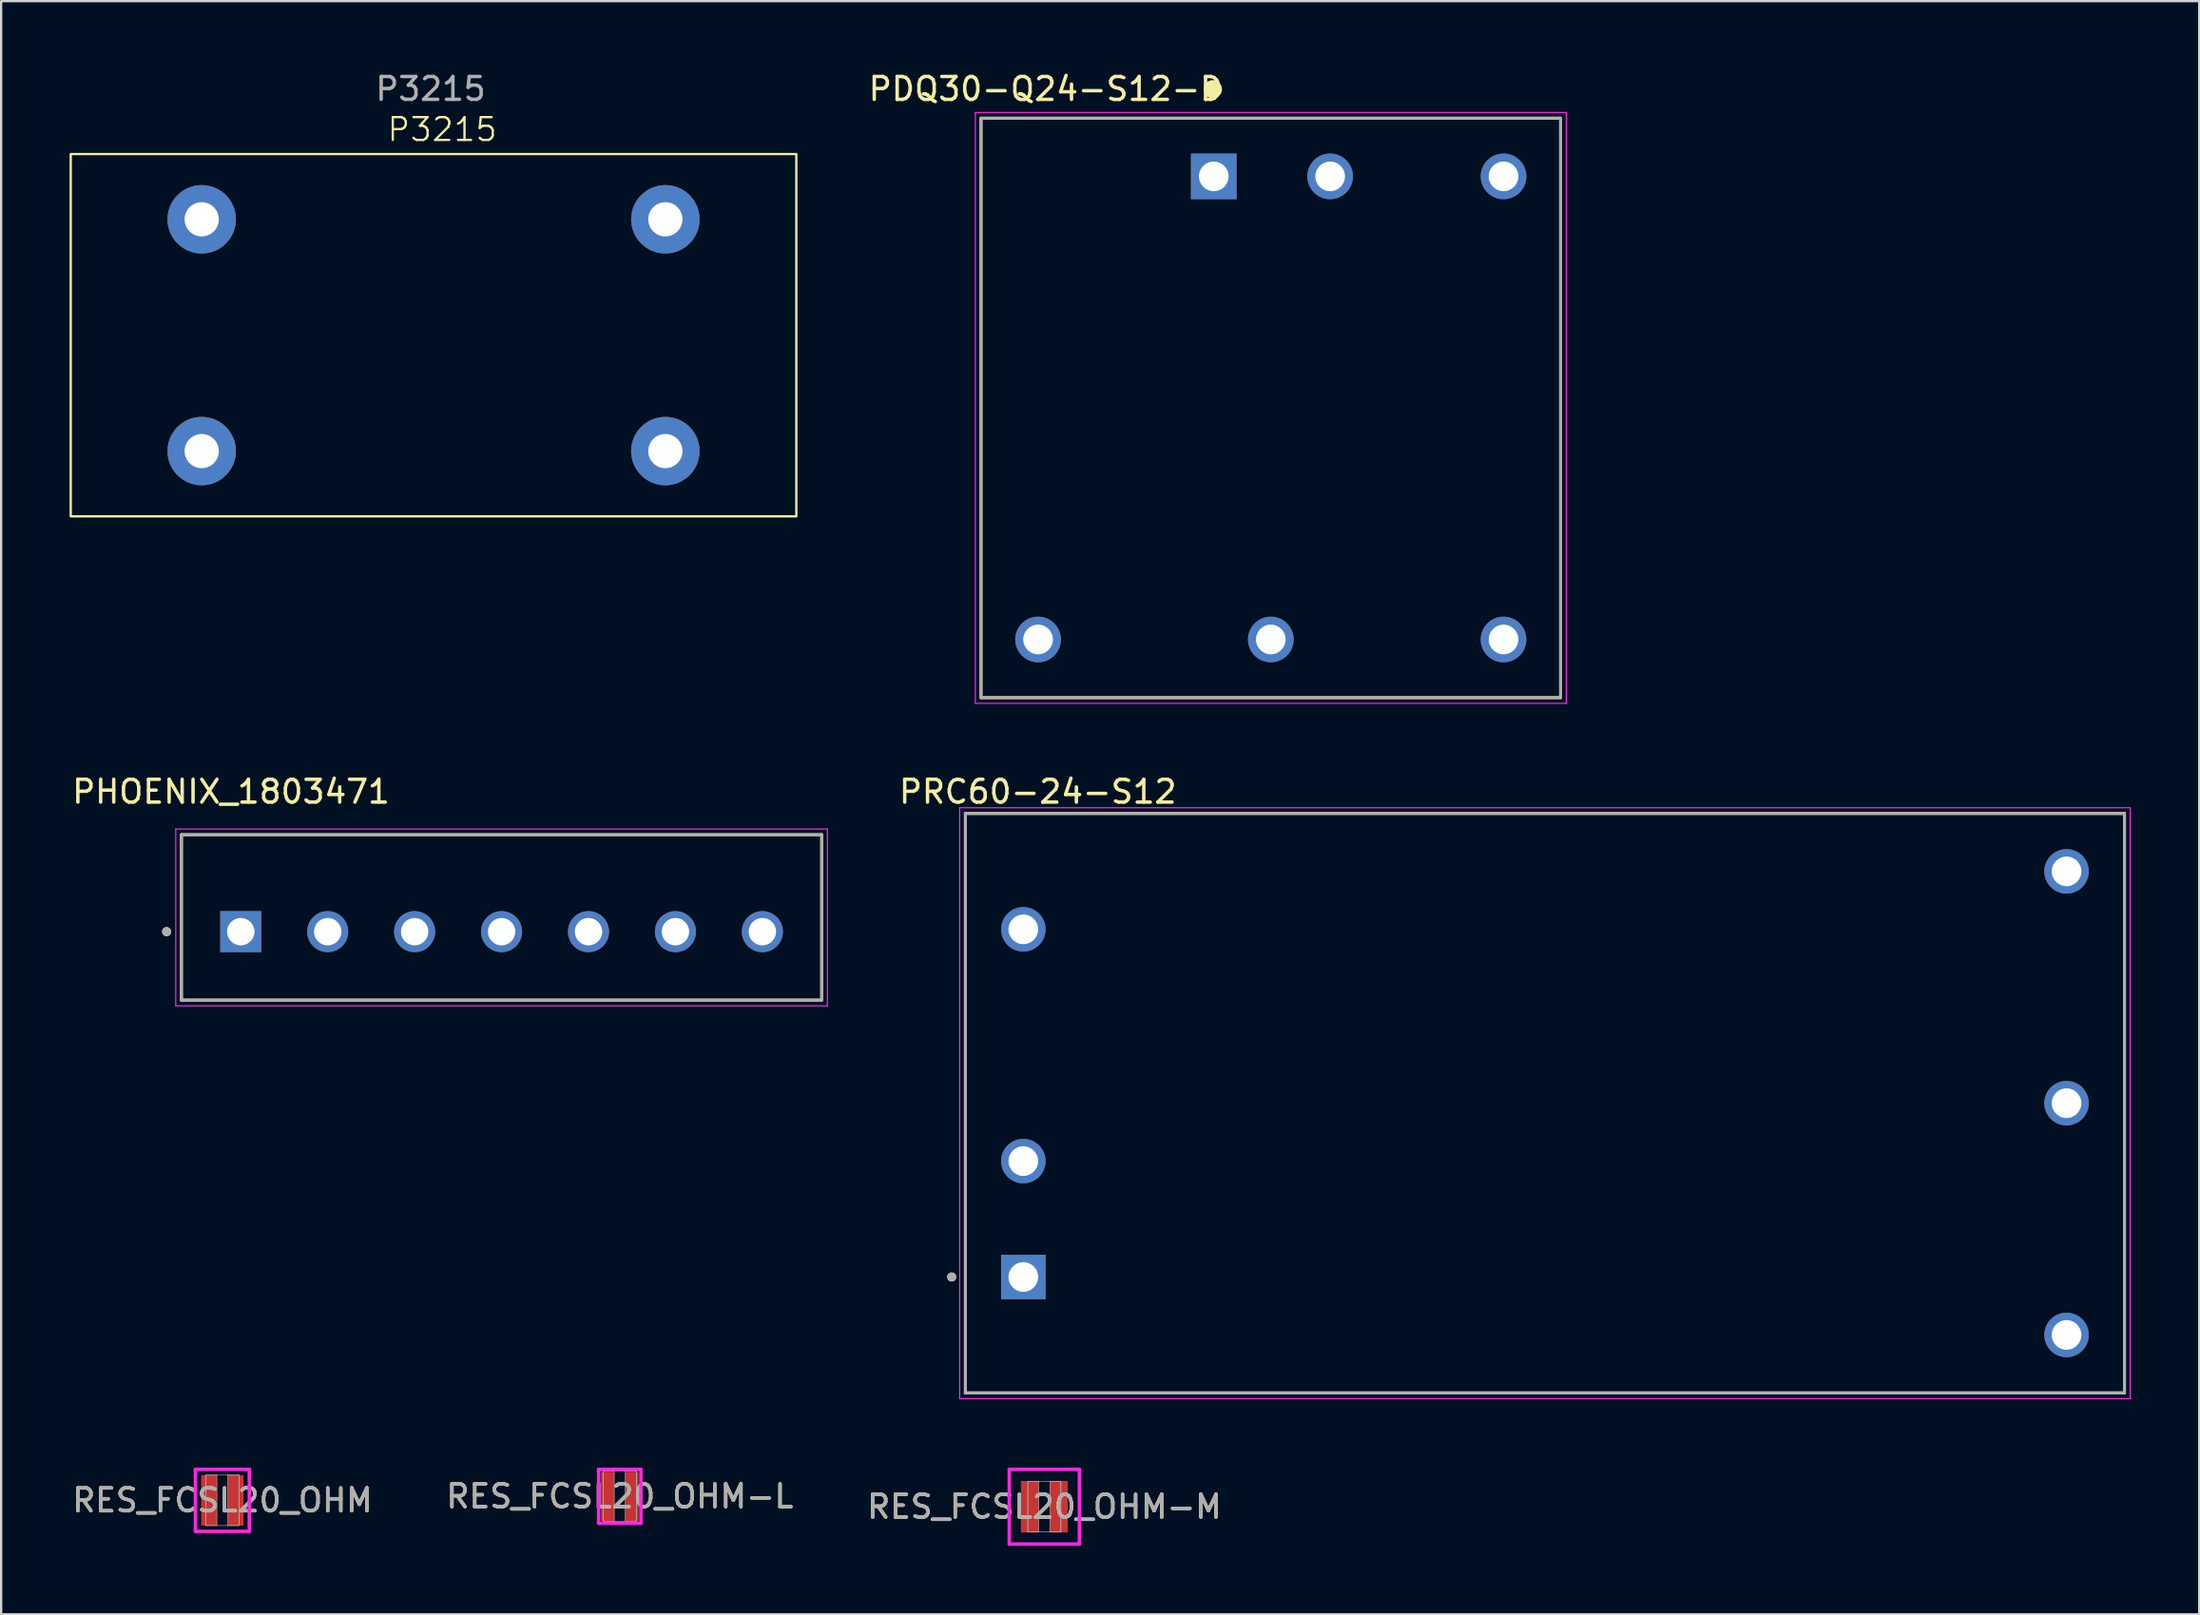
<source format=kicad_pcb>
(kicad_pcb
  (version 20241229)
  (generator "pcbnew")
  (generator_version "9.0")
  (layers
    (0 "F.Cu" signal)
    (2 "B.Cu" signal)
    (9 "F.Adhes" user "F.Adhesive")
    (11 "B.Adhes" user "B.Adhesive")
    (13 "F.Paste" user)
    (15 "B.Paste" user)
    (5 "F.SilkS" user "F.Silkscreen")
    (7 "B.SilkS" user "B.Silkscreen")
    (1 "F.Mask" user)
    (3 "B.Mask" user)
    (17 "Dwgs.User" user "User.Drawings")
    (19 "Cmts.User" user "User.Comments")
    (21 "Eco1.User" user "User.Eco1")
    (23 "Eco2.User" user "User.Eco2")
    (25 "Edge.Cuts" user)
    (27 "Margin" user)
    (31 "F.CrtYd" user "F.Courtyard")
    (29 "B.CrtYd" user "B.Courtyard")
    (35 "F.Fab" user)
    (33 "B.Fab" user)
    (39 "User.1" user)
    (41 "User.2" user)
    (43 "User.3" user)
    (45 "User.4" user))
  (footprint "PDQ30-Q24-S12-D"
    (layer "F.Cu")
    (at 52.645 14.831)
    (property "Reference" "PDQ30-Q24-S12-D" (at -9.857 -13.981 0) (layer "F.SilkS") (effects (font (size 1.003 1.003) (thickness 0.15))))
    (attr through_hole)
    (fp_line (start -12.7 -12.7) (end 12.7 -12.7) (stroke (width 0.127) (type solid)) (layer "F.SilkS"))
    (fp_line (start -12.7 12.7) (end -12.7 -12.7) (stroke (width 0.127) (type solid)) (layer "F.SilkS"))
    (fp_line (start 12.7 -12.7) (end 12.7 12.7) (stroke (width 0.127) (type solid)) (layer "F.SilkS"))
    (fp_line (start 12.7 12.7) (end -12.7 12.7) (stroke (width 0.127) (type solid)) (layer "F.SilkS"))
    (fp_circle (center -2.54 -13.97) (end -2.34 -13.97) (stroke (width 0.4) (type solid)) (fill no) (layer "F.SilkS"))
    (fp_line (start -12.95 -12.95) (end 12.95 -12.95) (stroke (width 0.05) (type solid)) (layer "F.CrtYd"))
    (fp_line (start -12.95 12.95) (end -12.95 -12.95) (stroke (width 0.05) (type solid)) (layer "F.CrtYd"))
    (fp_line (start 12.95 -12.95) (end 12.95 12.95) (stroke (width 0.05) (type solid)) (layer "F.CrtYd"))
    (fp_line (start 12.95 12.95) (end -12.95 12.95) (stroke (width 0.05) (type solid)) (layer "F.CrtYd"))
    (fp_line (start -12.7 -12.7) (end 12.7 -12.7) (stroke (width 0.127) (type solid)) (layer "F.Fab"))
    (fp_line (start -12.7 12.7) (end -12.7 -12.7) (stroke (width 0.127) (type solid)) (layer "F.Fab"))
    (fp_line (start 12.7 -12.7) (end 12.7 12.7) (stroke (width 0.127) (type solid)) (layer "F.Fab"))
    (fp_line (start 12.7 12.7) (end -12.7 12.7) (stroke (width 0.127) (type solid)) (layer "F.Fab"))
    (fp_circle (center -2.54 -10.16) (end -2.34 -10.16) (stroke (width 0.4) (type solid)) (fill no) (layer "F.Fab"))
    (pad "1" thru_hole rect (at -2.5 -10.15) (size 2 2) (drill 1.3) (layers "*.Cu" "*.Mask"))
    (pad "2" thru_hole circle (at 2.6 -10.15) (size 2 2) (drill 1.3) (layers "*.Cu" "*.Mask"))
    (pad "3" thru_hole circle (at -10.2 10.15) (size 2 2) (drill 1.3) (layers "*.Cu" "*.Mask"))
    (pad "4" thru_hole circle (at 0 10.15) (size 2 2) (drill 1.3) (layers "*.Cu" "*.Mask"))
    (pad "5" thru_hole circle (at 10.2 10.15) (size 2 2) (drill 1.3) (layers "*.Cu" "*.Mask"))
    (pad "6" thru_hole circle (at 10.2 -10.15) (size 2 2) (drill 1.3) (layers "*.Cu" "*.Mask")))
  (footprint "P3215"
    (layer "F.Cu")
    (at 5.79 16.723)
    (property "Reference" "P3215" (at 10.541 -14.097 0) (unlocked yes) (layer "F.SilkS") (effects (font (size 1 1) (thickness 0.1))))
    (attr through_hole)
    (fp_rect (start -5.74 -13.02) (end 26.06 2.86) (stroke (width 0.1) (type default)) (fill no) (layer "F.SilkS"))
    (fp_text user "${REFERENCE}" (at 10.033 -15.875 0) (unlocked yes) (layer "F.Fab") (effects (font (size 1 1) (thickness 0.15))))
    (pad "1" thru_hole circle (at 0 0) (size 3 3) (drill 1.5) (layers "*.Cu" "*.Mask"))
    (pad "2" thru_hole circle (at 20.32 0) (size 3 3) (drill 1.5) (layers "*.Cu" "*.Mask"))
    (pad "3" thru_hole circle (at 20.32 -10.16) (size 3 3) (drill 1.5) (layers "*.Cu" "*.Mask"))
    (pad "4" thru_hole circle (at 0 -10.16) (size 3 3) (drill 1.5) (layers "*.Cu" "*.Mask")))
  (footprint "PHOENIX_1803471"
    (layer "F.Cu")
    (at 4.902 40.789)
    (property "Reference" "PHOENIX_1803471" (at 2.175 -9.135 0) (layer "F.SilkS") (effects (font (size 1 1) (thickness 0.15))))
    (attr through_hole)
    (fp_line (start 0 0) (end 0 -7.25) (stroke (width 0.127) (type solid)) (layer "F.SilkS"))
    (fp_line (start 28.06 -7.25) (end 0 -7.25) (stroke (width 0.127) (type solid)) (layer "F.SilkS"))
    (fp_line (start 28.06 -7.25) (end 28.06 0) (stroke (width 0.127) (type solid)) (layer "F.SilkS"))
    (fp_line (start 28.06 0) (end 0 0) (stroke (width 0.127) (type solid)) (layer "F.SilkS"))
    (fp_circle (center -0.65 -3) (end -0.55 -3) (stroke (width 0.2) (type solid)) (fill no) (layer "F.SilkS"))
    (fp_line (start -0.25 -7.5) (end 28.31 -7.5) (stroke (width 0.05) (type solid)) (layer "F.CrtYd"))
    (fp_line (start -0.25 0.25) (end -0.25 -7.5) (stroke (width 0.05) (type solid)) (layer "F.CrtYd"))
    (fp_line (start 28.31 -7.5) (end 28.31 0.25) (stroke (width 0.05) (type solid)) (layer "F.CrtYd"))
    (fp_line (start 28.31 0.25) (end -0.25 0.25) (stroke (width 0.05) (type solid)) (layer "F.CrtYd"))
    (fp_line (start 0 -7.25) (end 28.06 -7.25) (stroke (width 0.127) (type solid)) (layer "F.Fab"))
    (fp_line (start 0 0) (end 0 -7.25) (stroke (width 0.127) (type solid)) (layer "F.Fab"))
    (fp_line (start 28.06 -7.25) (end 28.06 0) (stroke (width 0.127) (type solid)) (layer "F.Fab"))
    (fp_line (start 28.06 0) (end 0 0) (stroke (width 0.127) (type solid)) (layer "F.Fab"))
    (fp_circle (center -0.65 -3) (end -0.55 -3) (stroke (width 0.2) (type solid)) (fill no) (layer "F.Fab"))
    (pad "01" thru_hole rect (at 2.6 -3) (size 1.8 1.8) (drill 1.2) (layers "*.Cu" "*.Mask"))
    (pad "02" thru_hole circle (at 6.41 -3) (size 1.8 1.8) (drill 1.2) (layers "*.Cu" "*.Mask"))
    (pad "03" thru_hole circle (at 10.22 -3) (size 1.8 1.8) (drill 1.2) (layers "*.Cu" "*.Mask"))
    (pad "04" thru_hole circle (at 14.03 -3) (size 1.8 1.8) (drill 1.2) (layers "*.Cu" "*.Mask"))
    (pad "05" thru_hole circle (at 17.84 -3) (size 1.8 1.8) (drill 1.2) (layers "*.Cu" "*.Mask"))
    (pad "06" thru_hole circle (at 21.65 -3) (size 1.8 1.8) (drill 1.2) (layers "*.Cu" "*.Mask"))
    (pad "07" thru_hole circle (at 25.46 -3) (size 1.8 1.8) (drill 1.2) (layers "*.Cu" "*.Mask")))
  (footprint "RES_FCSL20_OHM-L"
    (layer "F.Cu")
    (at 24.113 62.539)
    (property "Reference" "RES_FCSL20_OHM-L" (at 0 0 0) (unlocked yes) (layer "F.SilkS") (effects (font (size 1 1) (thickness 0.15))))
    (attr smd)
    (fp_line (start -0.927 -1.181) (end 0.927 -1.181) (stroke (width 0.152) (type solid)) (layer "F.CrtYd"))
    (fp_line (start -0.927 1.181) (end -0.927 -1.181) (stroke (width 0.152) (type solid)) (layer "F.CrtYd"))
    (fp_line (start 0.927 -1.181) (end 0.927 1.181) (stroke (width 0.152) (type solid)) (layer "F.CrtYd"))
    (fp_line (start 0.927 1.181) (end -0.927 1.181) (stroke (width 0.152) (type solid)) (layer "F.CrtYd"))
    (fp_line (start -0.724 -1.105) (end -0.724 1.105) (stroke (width 0.025) (type solid)) (layer "F.Fab"))
    (fp_line (start -0.724 -1.105) (end -0.724 1.105) (stroke (width 0.025) (type solid)) (layer "F.Fab"))
    (fp_line (start -0.724 1.105) (end -0.241 1.105) (stroke (width 0.025) (type solid)) (layer "F.Fab"))
    (fp_line (start -0.724 1.105) (end 0.724 1.105) (stroke (width 0.025) (type solid)) (layer "F.Fab"))
    (fp_line (start -0.241 -1.105) (end -0.724 -1.105) (stroke (width 0.025) (type solid)) (layer "F.Fab"))
    (fp_line (start -0.241 1.105) (end -0.241 -1.105) (stroke (width 0.025) (type solid)) (layer "F.Fab"))
    (fp_line (start 0.241 -1.105) (end 0.241 1.105) (stroke (width 0.025) (type solid)) (layer "F.Fab"))
    (fp_line (start 0.241 1.105) (end 0.724 1.105) (stroke (width 0.025) (type solid)) (layer "F.Fab"))
    (fp_line (start 0.724 -1.105) (end -0.724 -1.105) (stroke (width 0.025) (type solid)) (layer "F.Fab"))
    (fp_line (start 0.724 -1.105) (end 0.241 -1.105) (stroke (width 0.025) (type solid)) (layer "F.Fab"))
    (fp_line (start 0.724 1.105) (end 0.724 -1.105) (stroke (width 0.025) (type solid)) (layer "F.Fab"))
    (fp_line (start 0.724 1.105) (end 0.724 -1.105) (stroke (width 0.025) (type solid)) (layer "F.Fab"))
    (fp_text user "${REFERENCE}" (at 0 0 0) (unlocked yes) (layer "F.Fab") (effects (font (size 1 1) (thickness 0.15))))
    (pad "1" smd rect (at -0.533 0) (size 0.584 2.159) (layers "F.Cu" "F.Mask" "F.Paste"))
    (pad "2" smd rect (at 0.533 0) (size 0.584 2.159) (layers "F.Cu" "F.Mask" "F.Paste"))
    (zone (net_name "") (layer "F.Cu") (hatch full 0.508) (connect_pads) (min_thickness 0.254) (filled_areas_thickness no) (keepout (tracks not_allowed) (vias not_allowed) (pads allowed) (copperpour not_allowed) (footprints allowed)) (placement (enabled no)) (fill) (polygon (pts (xy 23.923 61.485) (xy 24.304 61.485) (xy 24.304 63.593) (xy 23.923 63.593)))))
  (footprint "RES_FCSL20_OHM-M"
    (layer "F.Cu")
    (at 42.72 62.996)
    (property "Reference" "RES_FCSL20_OHM-M" (at 0 0 0) (unlocked yes) (layer "F.SilkS") (effects (font (size 1 1) (thickness 0.15))))
    (attr smd)
    (fp_line (start -1.537 -1.638) (end 1.537 -1.638) (stroke (width 0.152) (type solid)) (layer "F.CrtYd"))
    (fp_line (start -1.537 1.638) (end -1.537 -1.638) (stroke (width 0.152) (type solid)) (layer "F.CrtYd"))
    (fp_line (start 1.537 -1.638) (end 1.537 1.638) (stroke (width 0.152) (type solid)) (layer "F.CrtYd"))
    (fp_line (start 1.537 1.638) (end -1.537 1.638) (stroke (width 0.152) (type solid)) (layer "F.CrtYd"))
    (fp_line (start -0.724 -1.105) (end -0.724 1.105) (stroke (width 0.025) (type solid)) (layer "F.Fab"))
    (fp_line (start -0.724 -1.105) (end -0.724 1.105) (stroke (width 0.025) (type solid)) (layer "F.Fab"))
    (fp_line (start -0.724 1.105) (end -0.241 1.105) (stroke (width 0.025) (type solid)) (layer "F.Fab"))
    (fp_line (start -0.724 1.105) (end 0.724 1.105) (stroke (width 0.025) (type solid)) (layer "F.Fab"))
    (fp_line (start -0.241 -1.105) (end -0.724 -1.105) (stroke (width 0.025) (type solid)) (layer "F.Fab"))
    (fp_line (start -0.241 1.105) (end -0.241 -1.105) (stroke (width 0.025) (type solid)) (layer "F.Fab"))
    (fp_line (start 0.241 -1.105) (end 0.241 1.105) (stroke (width 0.025) (type solid)) (layer "F.Fab"))
    (fp_line (start 0.241 1.105) (end 0.724 1.105) (stroke (width 0.025) (type solid)) (layer "F.Fab"))
    (fp_line (start 0.724 -1.105) (end -0.724 -1.105) (stroke (width 0.025) (type solid)) (layer "F.Fab"))
    (fp_line (start 0.724 -1.105) (end 0.241 -1.105) (stroke (width 0.025) (type solid)) (layer "F.Fab"))
    (fp_line (start 0.724 1.105) (end 0.724 -1.105) (stroke (width 0.025) (type solid)) (layer "F.Fab"))
    (fp_line (start 0.724 1.105) (end 0.724 -1.105) (stroke (width 0.025) (type solid)) (layer "F.Fab"))
    (fp_text user "${REFERENCE}" (at 0 0 0) (unlocked yes) (layer "F.Fab") (effects (font (size 1 1) (thickness 0.15))))
    (pad "1" smd rect (at -0.635 0) (size 0.787 2.261) (layers "F.Cu" "F.Mask" "F.Paste"))
    (pad "2" smd rect (at 0.635 0) (size 0.787 2.261) (layers "F.Cu" "F.Mask" "F.Paste"))
    (zone (net_name "") (layer "F.Cu") (hatch full 0.508) (connect_pads) (min_thickness 0.254) (filled_areas_thickness no) (keepout (tracks not_allowed) (vias not_allowed) (pads allowed) (copperpour not_allowed) (footprints allowed)) (placement (enabled no)) (fill) (polygon (pts (xy 42.53 61.942) (xy 42.911 61.942) (xy 42.911 64.05) (xy 42.53 64.05)))))
  (footprint "RES_FCSL20_OHM"
    (layer "F.Cu")
    (at 6.696 62.717)
    (property "Reference" "RES_FCSL20_OHM" (at 0 0 0) (unlocked yes) (layer "F.SilkS") (effects (font (size 1 1) (thickness 0.15))))
    (attr smd)
    (fp_line (start -1.181 -1.359) (end 1.181 -1.359) (stroke (width 0.152) (type solid)) (layer "F.CrtYd"))
    (fp_line (start -1.181 1.359) (end -1.181 -1.359) (stroke (width 0.152) (type solid)) (layer "F.CrtYd"))
    (fp_line (start 1.181 -1.359) (end 1.181 1.359) (stroke (width 0.152) (type solid)) (layer "F.CrtYd"))
    (fp_line (start 1.181 1.359) (end -1.181 1.359) (stroke (width 0.152) (type solid)) (layer "F.CrtYd"))
    (fp_line (start -0.724 -1.105) (end -0.724 1.105) (stroke (width 0.025) (type solid)) (layer "F.Fab"))
    (fp_line (start -0.724 -1.105) (end -0.724 1.105) (stroke (width 0.025) (type solid)) (layer "F.Fab"))
    (fp_line (start -0.724 1.105) (end -0.241 1.105) (stroke (width 0.025) (type solid)) (layer "F.Fab"))
    (fp_line (start -0.724 1.105) (end 0.724 1.105) (stroke (width 0.025) (type solid)) (layer "F.Fab"))
    (fp_line (start -0.241 -1.105) (end -0.724 -1.105) (stroke (width 0.025) (type solid)) (layer "F.Fab"))
    (fp_line (start -0.241 1.105) (end -0.241 -1.105) (stroke (width 0.025) (type solid)) (layer "F.Fab"))
    (fp_line (start 0.241 -1.105) (end 0.241 1.105) (stroke (width 0.025) (type solid)) (layer "F.Fab"))
    (fp_line (start 0.241 1.105) (end 0.724 1.105) (stroke (width 0.025) (type solid)) (layer "F.Fab"))
    (fp_line (start 0.724 -1.105) (end -0.724 -1.105) (stroke (width 0.025) (type solid)) (layer "F.Fab"))
    (fp_line (start 0.724 -1.105) (end 0.241 -1.105) (stroke (width 0.025) (type solid)) (layer "F.Fab"))
    (fp_line (start 0.724 1.105) (end 0.724 -1.105) (stroke (width 0.025) (type solid)) (layer "F.Fab"))
    (fp_line (start 0.724 1.105) (end 0.724 -1.105) (stroke (width 0.025) (type solid)) (layer "F.Fab"))
    (fp_text user "${REFERENCE}" (at 0 0 0) (unlocked yes) (layer "F.Fab") (effects (font (size 1 1) (thickness 0.15))))
    (pad "1" smd rect (at -0.584 0) (size 0.686 2.21) (layers "F.Cu" "F.Mask" "F.Paste"))
    (pad "2" smd rect (at 0.584 0) (size 0.686 2.21) (layers "F.Cu" "F.Mask" "F.Paste"))
    (zone (net_name "") (layer "F.Cu") (hatch full 0.508) (connect_pads) (min_thickness 0.254) (filled_areas_thickness no) (keepout (tracks not_allowed) (vias not_allowed) (pads allowed) (copperpour not_allowed) (footprints allowed)) (placement (enabled no)) (fill) (polygon (pts (xy 6.506 61.663) (xy 6.887 61.663) (xy 6.887 63.771) (xy 6.506 63.771)))))
  (footprint "PRC60-24-S12"
    (layer "F.Cu")
    (at 64.659 45.307)
    (property "Reference" "PRC60-24-S12" (at -22.225 -13.652 0) (layer "F.SilkS") (effects (font (size 1 1) (thickness 0.15))))
    (attr through_hole)
    (fp_line (start -25.4 -12.7) (end 25.4 -12.7) (stroke (width 0.127) (type solid)) (layer "F.SilkS"))
    (fp_line (start -25.4 12.7) (end -25.4 -12.7) (stroke (width 0.127) (type solid)) (layer "F.SilkS"))
    (fp_line (start 25.4 -12.7) (end 25.4 12.7) (stroke (width 0.127) (type solid)) (layer "F.SilkS"))
    (fp_line (start 25.4 12.7) (end -25.4 12.7) (stroke (width 0.127) (type solid)) (layer "F.SilkS"))
    (fp_circle (center -26 7.62) (end -25.9 7.62) (stroke (width 0.2) (type solid)) (fill no) (layer "F.SilkS"))
    (fp_line (start -25.65 -12.95) (end -25.65 12.95) (stroke (width 0.05) (type solid)) (layer "F.CrtYd"))
    (fp_line (start -25.65 12.95) (end 25.65 12.95) (stroke (width 0.05) (type solid)) (layer "F.CrtYd"))
    (fp_line (start 25.65 -12.95) (end -25.65 -12.95) (stroke (width 0.05) (type solid)) (layer "F.CrtYd"))
    (fp_line (start 25.65 12.95) (end 25.65 -12.95) (stroke (width 0.05) (type solid)) (layer "F.CrtYd"))
    (fp_line (start -25.4 -12.7) (end 25.4 -12.7) (stroke (width 0.127) (type solid)) (layer "F.Fab"))
    (fp_line (start -25.4 12.7) (end -25.4 -12.7) (stroke (width 0.127) (type solid)) (layer "F.Fab"))
    (fp_line (start 25.4 -12.7) (end 25.4 12.7) (stroke (width 0.127) (type solid)) (layer "F.Fab"))
    (fp_line (start 25.4 12.7) (end -25.4 12.7) (stroke (width 0.127) (type solid)) (layer "F.Fab"))
    (fp_circle (center -26 7.62) (end -25.9 7.62) (stroke (width 0.2) (type solid)) (fill no) (layer "F.Fab"))
    (pad "1" thru_hole rect (at -22.86 7.62) (size 1.95 1.95) (drill 1.3) (layers "*.Cu" "*.Mask"))
    (pad "2" thru_hole circle (at -22.86 2.54) (size 1.95 1.95) (drill 1.3) (layers "*.Cu" "*.Mask"))
    (pad "3" thru_hole circle (at -22.86 -7.62) (size 1.95 1.95) (drill 1.3) (layers "*.Cu" "*.Mask"))
    (pad "4" thru_hole circle (at 22.86 10.16) (size 1.95 1.95) (drill 1.3) (layers "*.Cu" "*.Mask"))
    (pad "5" thru_hole circle (at 22.86 0) (size 1.95 1.95) (drill 1.3) (layers "*.Cu" "*.Mask"))
    (pad "6" thru_hole circle (at 22.86 -10.16) (size 1.95 1.95) (drill 1.3) (layers "*.Cu" "*.Mask")))
  (gr_rect
    (start -3 -3)
    (end 93.334 67.711)
    (stroke (width 0.1) (type default))
    (fill no)
    (layer "Edge.Cuts")))
</source>
